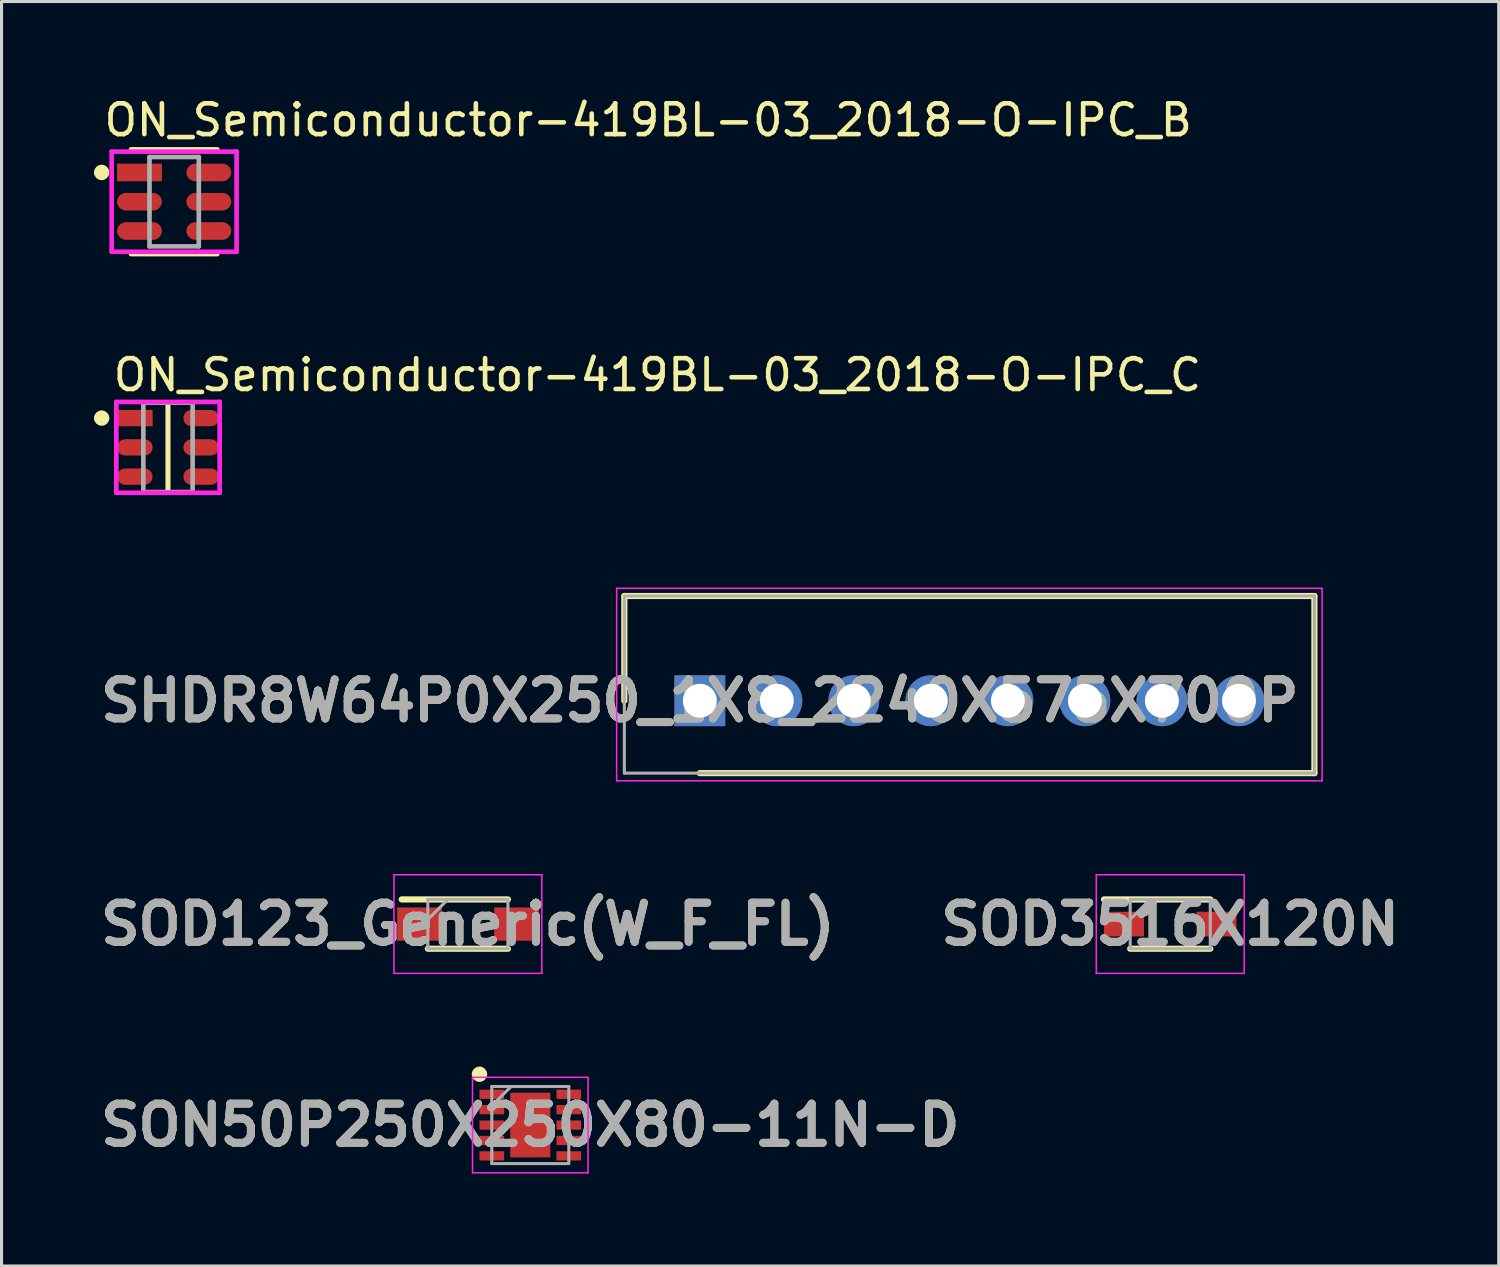
<source format=kicad_pcb>
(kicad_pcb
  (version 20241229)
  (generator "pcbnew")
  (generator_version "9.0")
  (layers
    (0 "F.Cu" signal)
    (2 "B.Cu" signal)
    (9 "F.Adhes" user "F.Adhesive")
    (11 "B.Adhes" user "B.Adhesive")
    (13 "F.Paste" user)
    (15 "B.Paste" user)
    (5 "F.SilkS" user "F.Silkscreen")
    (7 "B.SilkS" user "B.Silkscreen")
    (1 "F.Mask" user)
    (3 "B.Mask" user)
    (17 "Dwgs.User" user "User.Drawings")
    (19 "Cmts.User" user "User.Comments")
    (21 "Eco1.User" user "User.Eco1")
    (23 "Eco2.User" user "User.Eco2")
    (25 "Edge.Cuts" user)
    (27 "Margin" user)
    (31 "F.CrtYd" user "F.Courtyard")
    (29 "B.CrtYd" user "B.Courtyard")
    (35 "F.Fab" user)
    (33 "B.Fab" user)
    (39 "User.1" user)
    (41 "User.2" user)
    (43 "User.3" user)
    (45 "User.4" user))
  (footprint "ON_Semiconductor-419BL-03_2018-O-IPC_B"
    (layer "F.Cu")
    (at 2.603 3.498)
    (property "Reference" "ON_Semiconductor-419BL-03_2018-O-IPC_B" (at -2.353 -2.65 0) (layer "F.SilkS") (effects (font (size 1 1) (thickness 0.15)) (justify left)))
    (attr through_hole)
    (fp_line (start -1.4 -1.7) (end 1.4 -1.7) (stroke (width 0.15) (type solid)) (layer "F.SilkS"))
    (fp_line (start -1.4 1.7) (end 1.4 1.7) (stroke (width 0.15) (type solid)) (layer "F.SilkS"))
    (fp_circle (center -2.353 -0.95) (end -2.228 -0.95) (stroke (width 0.25) (type solid)) (fill no) (layer "F.SilkS"))
    (fp_line (start -2.028 -1.625) (end -2.028 1.625) (stroke (width 0.15) (type solid)) (layer "F.CrtYd"))
    (fp_line (start -2.028 1.625) (end 2.028 1.625) (stroke (width 0.15) (type solid)) (layer "F.CrtYd"))
    (fp_line (start 2.028 -1.625) (end -2.028 -1.625) (stroke (width 0.15) (type solid)) (layer "F.CrtYd"))
    (fp_line (start 2.028 -1.625) (end 2.028 -1.625) (stroke (width 0.15) (type solid)) (layer "F.CrtYd"))
    (fp_line (start 2.028 1.625) (end 2.028 -1.625) (stroke (width 0.15) (type solid)) (layer "F.CrtYd"))
    (fp_line (start -0.8 -1.45) (end 0.8 -1.45) (stroke (width 0.15) (type solid)) (layer "F.Fab"))
    (fp_line (start -0.8 1.45) (end -0.8 -1.45) (stroke (width 0.15) (type solid)) (layer "F.Fab"))
    (fp_line (start 0.8 -1.45) (end 0.8 1.45) (stroke (width 0.15) (type solid)) (layer "F.Fab"))
    (fp_line (start 0.8 1.45) (end -0.8 1.45) (stroke (width 0.15) (type solid)) (layer "F.Fab"))
    (pad "1" smd rect (at -1.125 -0.95) (size 1.456 0.572) (layers "F.Cu" "F.Mask" "F.Paste"))
    (pad "2" smd roundrect (at -1.125 0) (size 1.456 0.572) (layers "F.Cu" "F.Mask" "F.Paste") (roundrect_rratio 0.5))
    (pad "3" smd roundrect (at -1.125 0.95) (size 1.456 0.572) (layers "F.Cu" "F.Mask" "F.Paste") (roundrect_rratio 0.5))
    (pad "4" smd roundrect (at 1.125 0.95) (size 1.456 0.572) (layers "F.Cu" "F.Mask" "F.Paste") (roundrect_rratio 0.5))
    (pad "5" smd roundrect (at 1.125 0) (size 1.456 0.572) (layers "F.Cu" "F.Mask" "F.Paste") (roundrect_rratio 0.5))
    (pad "6" smd roundrect (at 1.125 -0.95) (size 1.456 0.572) (layers "F.Cu" "F.Mask" "F.Paste") (roundrect_rratio 0.5)))
  (footprint "SON50P250X250X80-11N-D"
    (layer "F.Cu")
    (at 14.164 33.471)
    (property "Reference" "SON50P250X250X80-11N-D" (at 0 0 0) (layer "F.SilkS") (effects (font (size 1.27 1.27) (thickness 0.254))))
    (attr smd)
    (fp_circle (center -1.65 -1.65) (end -1.65 -1.525) (stroke (width 0.25) (type solid)) (fill no) (layer "F.SilkS"))
    (fp_line (start -1.875 -1.55) (end 1.875 -1.55) (stroke (width 0.05) (type solid)) (layer "F.CrtYd"))
    (fp_line (start -1.875 1.55) (end -1.875 -1.55) (stroke (width 0.05) (type solid)) (layer "F.CrtYd"))
    (fp_line (start 1.875 -1.55) (end 1.875 1.55) (stroke (width 0.05) (type solid)) (layer "F.CrtYd"))
    (fp_line (start 1.875 1.55) (end -1.875 1.55) (stroke (width 0.05) (type solid)) (layer "F.CrtYd"))
    (fp_line (start -1.25 -1.25) (end 1.25 -1.25) (stroke (width 0.1) (type solid)) (layer "F.Fab"))
    (fp_line (start -1.25 -0.625) (end -0.625 -1.25) (stroke (width 0.1) (type solid)) (layer "F.Fab"))
    (fp_line (start -1.25 1.25) (end -1.25 -1.25) (stroke (width 0.1) (type solid)) (layer "F.Fab"))
    (fp_line (start 1.25 -1.25) (end 1.25 1.25) (stroke (width 0.1) (type solid)) (layer "F.Fab"))
    (fp_line (start 1.25 1.25) (end -1.25 1.25) (stroke (width 0.1) (type solid)) (layer "F.Fab"))
    (fp_text user "${REFERENCE}" (at 0 0 0) (layer "F.Fab") (effects (font (size 1.27 1.27) (thickness 0.254))))
    (pad "1" smd rect (at -1.25 -1 90) (size 0.3 0.8) (layers "F.Cu" "F.Mask" "F.Paste"))
    (pad "2" smd rect (at -1.25 -0.5 90) (size 0.3 0.8) (layers "F.Cu" "F.Mask" "F.Paste"))
    (pad "3" smd rect (at -1.25 0 90) (size 0.3 0.8) (layers "F.Cu" "F.Mask" "F.Paste"))
    (pad "4" smd rect (at -1.25 0.5 90) (size 0.3 0.8) (layers "F.Cu" "F.Mask" "F.Paste"))
    (pad "5" smd rect (at -1.25 1 90) (size 0.3 0.8) (layers "F.Cu" "F.Mask" "F.Paste"))
    (pad "6" smd rect (at 1.25 1 90) (size 0.3 0.8) (layers "F.Cu" "F.Mask" "F.Paste"))
    (pad "7" smd rect (at 1.25 0.5 90) (size 0.3 0.8) (layers "F.Cu" "F.Mask" "F.Paste"))
    (pad "8" smd rect (at 1.25 0 90) (size 0.3 0.8) (layers "F.Cu" "F.Mask" "F.Paste"))
    (pad "9" smd rect (at 1.25 -0.5 90) (size 0.3 0.8) (layers "F.Cu" "F.Mask" "F.Paste"))
    (pad "10" smd rect (at 1.25 -1 90) (size 0.3 0.8) (layers "F.Cu" "F.Mask" "F.Paste"))
    (pad "11" smd rect (at 0 0) (size 1.3 2.1) (layers "F.Cu" "F.Mask" "F.Paste")))
  (footprint "SOD123_Generic(W_F_FL)"
    (layer "F.Cu")
    (at 12.138 26.947)
    (property "Reference" "SOD123_Generic(W_F_FL)" (at 0 0 0) (layer "F.SilkS") (effects (font (size 1.27 1.27) (thickness 0.254))))
    (attr smd)
    (fp_line (start -2.15 -0.8) (end 1.3 -0.8) (stroke (width 0.2) (type solid)) (layer "F.SilkS"))
    (fp_line (start -1.3 0.8) (end 1.3 0.8) (stroke (width 0.2) (type solid)) (layer "F.SilkS"))
    (fp_line (start -2.4 -1.6) (end 2.4 -1.6) (stroke (width 0.05) (type solid)) (layer "F.CrtYd"))
    (fp_line (start -2.4 1.6) (end -2.4 -1.6) (stroke (width 0.05) (type solid)) (layer "F.CrtYd"))
    (fp_line (start 2.4 -1.6) (end 2.4 1.6) (stroke (width 0.05) (type solid)) (layer "F.CrtYd"))
    (fp_line (start 2.4 1.6) (end -2.4 1.6) (stroke (width 0.05) (type solid)) (layer "F.CrtYd"))
    (fp_line (start -1.3 -0.8) (end 1.3 -0.8) (stroke (width 0.1) (type solid)) (layer "F.Fab"))
    (fp_line (start -1.3 -0.15) (end -0.65 -0.8) (stroke (width 0.1) (type solid)) (layer "F.Fab"))
    (fp_line (start -1.3 0.8) (end -1.3 -0.8) (stroke (width 0.1) (type solid)) (layer "F.Fab"))
    (fp_line (start 1.3 -0.8) (end 1.3 0.8) (stroke (width 0.1) (type solid)) (layer "F.Fab"))
    (fp_line (start 1.3 0.8) (end -1.3 0.8) (stroke (width 0.1) (type solid)) (layer "F.Fab"))
    (fp_text user "${REFERENCE}" (at 0 0 0) (layer "F.Fab") (effects (font (size 1.27 1.27) (thickness 0.254))))
    (pad "1" smd rect (at -1.57 0 90) (size 1.08 1.45) (layers "F.Cu" "F.Mask" "F.Paste"))
    (pad "2" smd rect (at 1.58 0 90) (size 1.08 1.45) (layers "F.Cu" "F.Mask" "F.Paste")))
  (footprint "ON_Semiconductor-419BL-03_2018-O-IPC_C"
    (layer "F.Cu")
    (at 2.403 11.472)
    (property "Reference" "ON_Semiconductor-419BL-03_2018-O-IPC_C" (at -1.853 -2.35 0) (layer "F.SilkS") (effects (font (size 1 1) (thickness 0.15)) (justify left)))
    (attr through_hole)
    (fp_line (start -0.003 -1.45) (end -0.003 1.45) (stroke (width 0.15) (type solid)) (layer "F.SilkS"))
    (fp_line (start -0.003 1.45) (end 0.003 1.45) (stroke (width 0.15) (type solid)) (layer "F.SilkS"))
    (fp_line (start 0.003 -1.45) (end -0.003 -1.45) (stroke (width 0.15) (type solid)) (layer "F.SilkS"))
    (fp_line (start 0.003 1.45) (end 0.003 -1.45) (stroke (width 0.15) (type solid)) (layer "F.SilkS"))
    (fp_circle (center -2.153 -0.95) (end -2.028 -0.95) (stroke (width 0.25) (type solid)) (fill no) (layer "F.SilkS"))
    (fp_line (start -1.678 -1.475) (end -1.678 1.475) (stroke (width 0.15) (type solid)) (layer "F.CrtYd"))
    (fp_line (start -1.678 1.475) (end 1.678 1.475) (stroke (width 0.15) (type solid)) (layer "F.CrtYd"))
    (fp_line (start 1.678 -1.475) (end -1.678 -1.475) (stroke (width 0.15) (type solid)) (layer "F.CrtYd"))
    (fp_line (start 1.678 -1.475) (end 1.678 -1.475) (stroke (width 0.15) (type solid)) (layer "F.CrtYd"))
    (fp_line (start 1.678 1.475) (end 1.678 -1.475) (stroke (width 0.15) (type solid)) (layer "F.CrtYd"))
    (fp_line (start -0.8 -1.45) (end 0.8 -1.45) (stroke (width 0.15) (type solid)) (layer "F.Fab"))
    (fp_line (start -0.8 1.45) (end -0.8 -1.45) (stroke (width 0.15) (type solid)) (layer "F.Fab"))
    (fp_line (start 0.8 -1.45) (end 0.8 1.45) (stroke (width 0.15) (type solid)) (layer "F.Fab"))
    (fp_line (start 0.8 1.45) (end -0.8 1.45) (stroke (width 0.15) (type solid)) (layer "F.Fab"))
    (pad "1" smd rect (at -1.075 -0.95) (size 1.156 0.532) (layers "F.Cu" "F.Mask" "F.Paste"))
    (pad "2" smd roundrect (at -1.075 0) (size 1.156 0.532) (layers "F.Cu" "F.Mask" "F.Paste") (roundrect_rratio 0.5))
    (pad "3" smd roundrect (at -1.075 0.95) (size 1.156 0.532) (layers "F.Cu" "F.Mask" "F.Paste") (roundrect_rratio 0.5))
    (pad "4" smd roundrect (at 1.075 0.95) (size 1.156 0.532) (layers "F.Cu" "F.Mask" "F.Paste") (roundrect_rratio 0.5))
    (pad "5" smd roundrect (at 1.075 0) (size 1.156 0.532) (layers "F.Cu" "F.Mask" "F.Paste") (roundrect_rratio 0.5))
    (pad "6" smd roundrect (at 1.075 -0.95) (size 1.156 0.532) (layers "F.Cu" "F.Mask" "F.Paste") (roundrect_rratio 0.5)))
  (footprint "SHDR8W64P0X250_1X8_2240X575X700P"
    (layer "F.Cu")
    (at 19.667 19.697)
    (property "Reference" "SHDR8W64P0X250_1X8_2240X575X700P" (at 0 0 0) (layer "F.SilkS") (effects (font (size 1.27 1.27) (thickness 0.254))))
    (attr through_hole)
    (fp_line (start -2.45 -3.4) (end -2.45 0) (stroke (width 0.2) (type solid)) (layer "F.SilkS"))
    (fp_line (start 0 2.35) (end 19.95 2.35) (stroke (width 0.2) (type solid)) (layer "F.SilkS"))
    (fp_line (start 19.95 -3.4) (end -2.45 -3.4) (stroke (width 0.2) (type solid)) (layer "F.SilkS"))
    (fp_line (start 19.95 2.35) (end 19.95 -3.4) (stroke (width 0.2) (type solid)) (layer "F.SilkS"))
    (fp_line (start -2.7 -3.65) (end 20.2 -3.65) (stroke (width 0.05) (type solid)) (layer "F.CrtYd"))
    (fp_line (start -2.7 2.6) (end -2.7 -3.65) (stroke (width 0.05) (type solid)) (layer "F.CrtYd"))
    (fp_line (start 20.2 -3.65) (end 20.2 2.6) (stroke (width 0.05) (type solid)) (layer "F.CrtYd"))
    (fp_line (start 20.2 2.6) (end -2.7 2.6) (stroke (width 0.05) (type solid)) (layer "F.CrtYd"))
    (fp_line (start -2.45 -3.4) (end 19.95 -3.4) (stroke (width 0.1) (type solid)) (layer "F.Fab"))
    (fp_line (start -2.45 2.35) (end -2.45 -3.4) (stroke (width 0.1) (type solid)) (layer "F.Fab"))
    (fp_line (start 19.95 -3.4) (end 19.95 2.35) (stroke (width 0.1) (type solid)) (layer "F.Fab"))
    (fp_line (start 19.95 2.35) (end -2.45 2.35) (stroke (width 0.1) (type solid)) (layer "F.Fab"))
    (fp_text user "${REFERENCE}" (at 0 0 0) (layer "F.Fab") (effects (font (size 1.27 1.27) (thickness 0.254))))
    (pad "1" thru_hole rect (at 0 0) (size 1.65 1.65) (drill 1.1) (layers "*.Cu" "*.Mask"))
    (pad "2" thru_hole circle (at 2.5 0) (size 1.65 1.65) (drill 1.1) (layers "*.Cu" "*.Mask"))
    (pad "3" thru_hole circle (at 5 0) (size 1.65 1.65) (drill 1.1) (layers "*.Cu" "*.Mask"))
    (pad "4" thru_hole circle (at 7.5 0) (size 1.65 1.65) (drill 1.1) (layers "*.Cu" "*.Mask"))
    (pad "5" thru_hole circle (at 10 0) (size 1.65 1.65) (drill 1.1) (layers "*.Cu" "*.Mask"))
    (pad "6" thru_hole circle (at 12.5 0) (size 1.65 1.65) (drill 1.1) (layers "*.Cu" "*.Mask"))
    (pad "7" thru_hole circle (at 15 0) (size 1.65 1.65) (drill 1.1) (layers "*.Cu" "*.Mask"))
    (pad "8" thru_hole circle (at 17.5 0) (size 1.65 1.65) (drill 1.1) (layers "*.Cu" "*.Mask")))
  (footprint "SOD3516X120N"
    (layer "F.Cu")
    (at 34.937 26.947)
    (property "Reference" "SOD3516X120N" (at 0 0 0) (layer "F.SilkS") (effects (font (size 1.27 1.27) (thickness 0.254))))
    (attr smd)
    (fp_line (start -2.15 -0.8) (end 1.3 -0.8) (stroke (width 0.2) (type solid)) (layer "F.SilkS"))
    (fp_line (start -1.3 0.8) (end 1.3 0.8) (stroke (width 0.2) (type solid)) (layer "F.SilkS"))
    (fp_line (start -2.4 -1.6) (end 2.4 -1.6) (stroke (width 0.05) (type solid)) (layer "F.CrtYd"))
    (fp_line (start -2.4 1.6) (end -2.4 -1.6) (stroke (width 0.05) (type solid)) (layer "F.CrtYd"))
    (fp_line (start 2.4 -1.6) (end 2.4 1.6) (stroke (width 0.05) (type solid)) (layer "F.CrtYd"))
    (fp_line (start 2.4 1.6) (end -2.4 1.6) (stroke (width 0.05) (type solid)) (layer "F.CrtYd"))
    (fp_line (start -1.3 -0.8) (end 1.3 -0.8) (stroke (width 0.1) (type solid)) (layer "F.Fab"))
    (fp_line (start -1.3 -0.15) (end -0.65 -0.8) (stroke (width 0.1) (type solid)) (layer "F.Fab"))
    (fp_line (start -1.3 0.8) (end -1.3 -0.8) (stroke (width 0.1) (type solid)) (layer "F.Fab"))
    (fp_line (start 1.3 -0.8) (end 1.3 0.8) (stroke (width 0.1) (type solid)) (layer "F.Fab"))
    (fp_line (start 1.3 0.8) (end -1.3 0.8) (stroke (width 0.1) (type solid)) (layer "F.Fab"))
    (fp_text user "${REFERENCE}" (at 0 0 0) (layer "F.Fab") (effects (font (size 1.27 1.27) (thickness 0.254))))
    (pad "1" smd rect (at -1.5 0 90) (size 0.8 1.3) (layers "F.Cu" "F.Mask" "F.Paste"))
    (pad "2" smd rect (at 1.5 0 90) (size 0.8 1.3) (layers "F.Cu" "F.Mask" "F.Paste")))
  (gr_rect
    (start -3 -3)
    (end 45.6 38.047)
    (stroke (width 0.1) (type default))
    (fill no)
    (layer "Edge.Cuts")))
</source>
